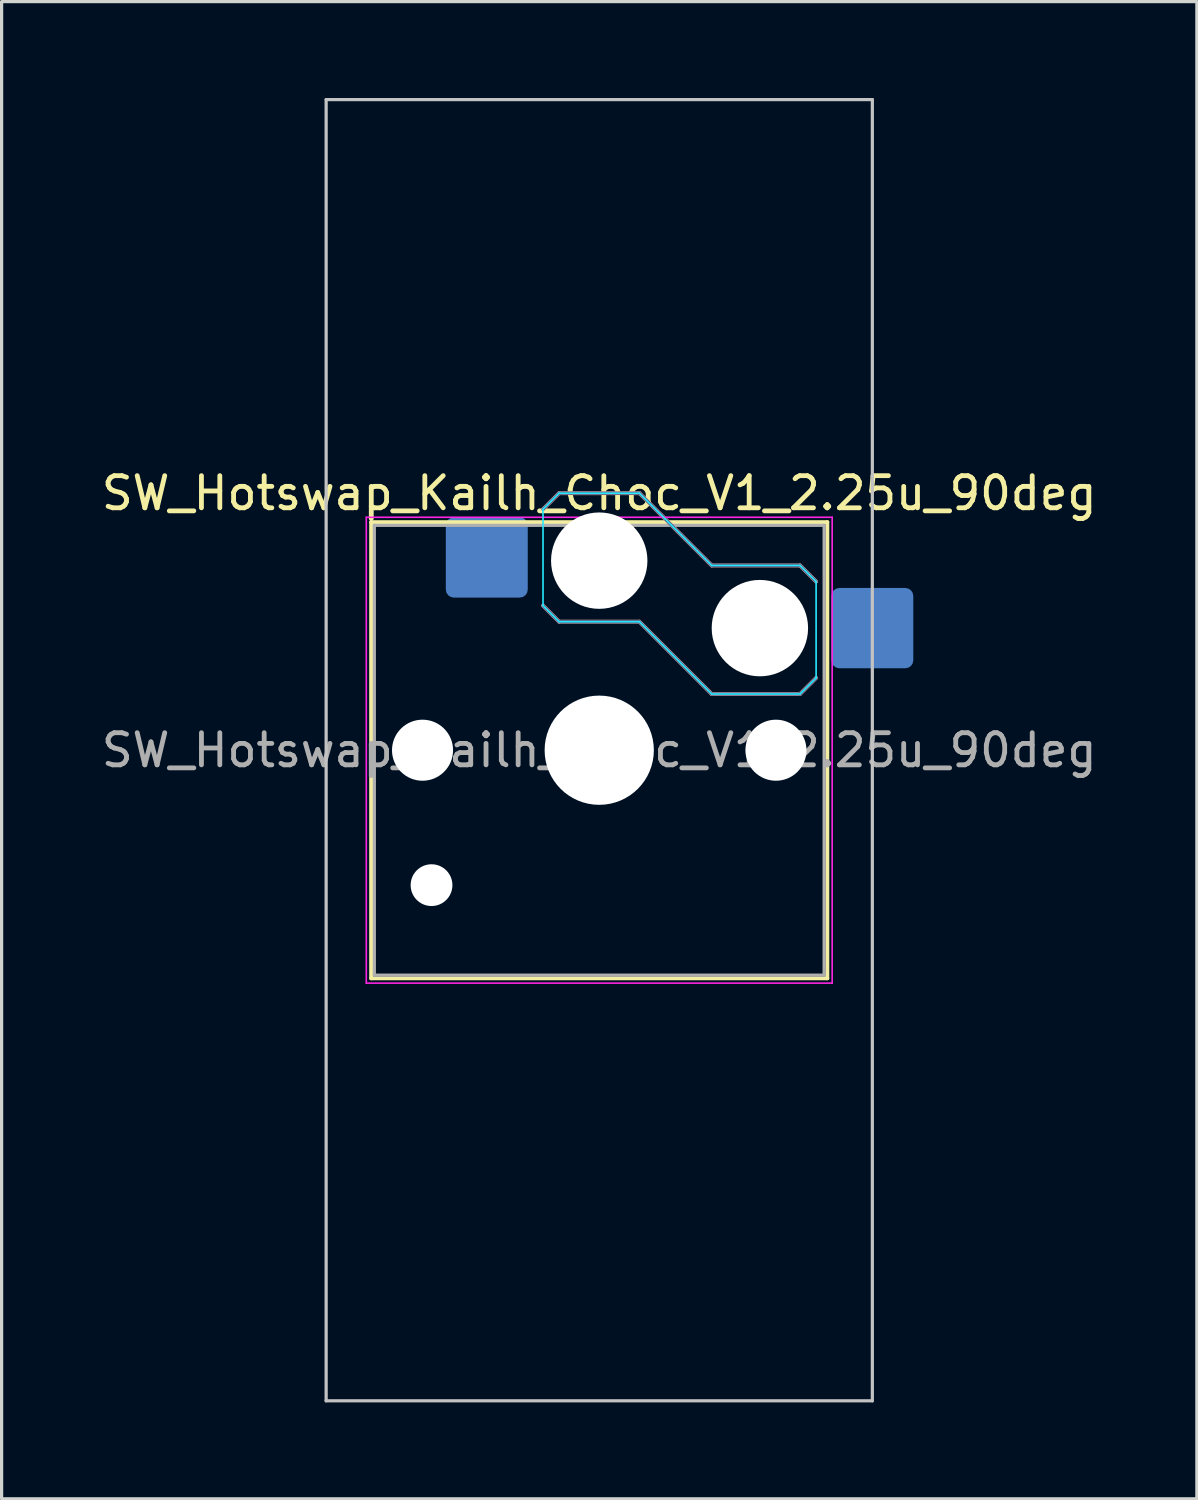
<source format=kicad_pcb>
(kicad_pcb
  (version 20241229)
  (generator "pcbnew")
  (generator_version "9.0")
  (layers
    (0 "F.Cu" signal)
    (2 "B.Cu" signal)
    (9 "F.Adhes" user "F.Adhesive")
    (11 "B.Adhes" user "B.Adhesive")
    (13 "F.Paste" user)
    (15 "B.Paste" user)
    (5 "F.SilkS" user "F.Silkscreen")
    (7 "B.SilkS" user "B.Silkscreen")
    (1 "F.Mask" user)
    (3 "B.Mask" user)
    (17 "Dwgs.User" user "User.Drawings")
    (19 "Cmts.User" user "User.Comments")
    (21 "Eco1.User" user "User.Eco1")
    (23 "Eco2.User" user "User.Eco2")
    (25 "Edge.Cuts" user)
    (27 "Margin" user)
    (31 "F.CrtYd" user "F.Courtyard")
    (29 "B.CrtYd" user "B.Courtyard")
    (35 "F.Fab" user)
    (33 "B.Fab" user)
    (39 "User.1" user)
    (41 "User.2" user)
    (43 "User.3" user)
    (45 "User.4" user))
  (footprint "SW_Hotswap_Kailh_Choc_V1_2.25u_90deg"
    (layer "F.Cu")
    (at 15.601 20.3)
    (property "Reference" "SW_Hotswap_Kailh_Choc_V1_2.25u_90deg" (at 0 -8 0) (layer "F.SilkS") (effects (font (size 1 1) (thickness 0.15))))
    (attr smd)
    (fp_line (start -7.1 -7.1) (end -7.1 7.1) (stroke (width 0.12) (type solid)) (layer "F.SilkS"))
    (fp_line (start -7.1 7.1) (end 7.1 7.1) (stroke (width 0.12) (type solid)) (layer "F.SilkS"))
    (fp_line (start 7.1 -7.1) (end -7.1 -7.1) (stroke (width 0.12) (type solid)) (layer "F.SilkS"))
    (fp_line (start 7.1 7.1) (end 7.1 -7.1) (stroke (width 0.12) (type solid)) (layer "F.SilkS"))
    (fp_line (start -1.75 -7.5) (end -1.25 -8) (stroke (width 0.12) (type solid)) (layer "B.SilkS"))
    (fp_line (start -1.25 -8) (end 1.25 -8) (stroke (width 0.12) (type solid)) (layer "B.SilkS"))
    (fp_line (start -1.25 -4) (end -1.75 -4.5) (stroke (width 0.12) (type solid)) (layer "B.SilkS"))
    (fp_line (start 1.25 -8) (end 3.5 -5.75) (stroke (width 0.12) (type solid)) (layer "B.SilkS"))
    (fp_line (start 1.25 -4) (end -1.25 -4) (stroke (width 0.12) (type solid)) (layer "B.SilkS"))
    (fp_line (start 3.5 -5.75) (end 6.25 -5.75) (stroke (width 0.12) (type solid)) (layer "B.SilkS"))
    (fp_line (start 3.5 -1.75) (end 1.25 -4) (stroke (width 0.12) (type solid)) (layer "B.SilkS"))
    (fp_line (start 6.25 -5.75) (end 6.75 -5.25) (stroke (width 0.12) (type solid)) (layer "B.SilkS"))
    (fp_line (start 6.25 -1.75) (end 3.5 -1.75) (stroke (width 0.12) (type solid)) (layer "B.SilkS"))
    (fp_line (start 6.75 -2.25) (end 6.25 -1.75) (stroke (width 0.12) (type solid)) (layer "B.SilkS"))
    (fp_line (start -8.5 -20.25) (end 8.5 -20.25) (stroke (width 0.1) (type solid)) (layer "Dwgs.User"))
    (fp_line (start -8.5 20.25) (end -8.5 -20.25) (stroke (width 0.1) (type solid)) (layer "Dwgs.User"))
    (fp_line (start 8.5 -20.25) (end 8.5 20.25) (stroke (width 0.1) (type solid)) (layer "Dwgs.User"))
    (fp_line (start 8.5 20.25) (end -8.5 20.25) (stroke (width 0.1) (type solid)) (layer "Dwgs.User"))
    (fp_line (start -1.75 -7.5) (end -1.25 -8) (stroke (width 0.05) (type solid)) (layer "B.CrtYd"))
    (fp_line (start -1.75 -4.5) (end -1.75 -7.5) (stroke (width 0.05) (type solid)) (layer "B.CrtYd"))
    (fp_line (start -1.25 -8) (end 1.25 -8) (stroke (width 0.05) (type solid)) (layer "B.CrtYd"))
    (fp_line (start -1.25 -4) (end -1.75 -4.5) (stroke (width 0.05) (type solid)) (layer "B.CrtYd"))
    (fp_line (start 1.25 -8) (end 3.5 -5.75) (stroke (width 0.05) (type solid)) (layer "B.CrtYd"))
    (fp_line (start 1.25 -4) (end -1.25 -4) (stroke (width 0.05) (type solid)) (layer "B.CrtYd"))
    (fp_line (start 3.5 -5.75) (end 6.25 -5.75) (stroke (width 0.05) (type solid)) (layer "B.CrtYd"))
    (fp_line (start 3.5 -1.75) (end 1.25 -4) (stroke (width 0.05) (type solid)) (layer "B.CrtYd"))
    (fp_line (start 6.25 -5.75) (end 6.75 -5.25) (stroke (width 0.05) (type solid)) (layer "B.CrtYd"))
    (fp_line (start 6.25 -1.75) (end 3.5 -1.75) (stroke (width 0.05) (type solid)) (layer "B.CrtYd"))
    (fp_line (start 6.75 -5.25) (end 6.75 -2.25) (stroke (width 0.05) (type solid)) (layer "B.CrtYd"))
    (fp_line (start 6.75 -2.25) (end 6.25 -1.75) (stroke (width 0.05) (type solid)) (layer "B.CrtYd"))
    (fp_line (start -7.25 -7.25) (end -7.25 7.25) (stroke (width 0.05) (type solid)) (layer "F.CrtYd"))
    (fp_line (start -7.25 7.25) (end 7.25 7.25) (stroke (width 0.05) (type solid)) (layer "F.CrtYd"))
    (fp_line (start 7.25 -7.25) (end -7.25 -7.25) (stroke (width 0.05) (type solid)) (layer "F.CrtYd"))
    (fp_line (start 7.25 7.25) (end 7.25 -7.25) (stroke (width 0.05) (type solid)) (layer "F.CrtYd"))
    (fp_line (start -1.75 -7.5) (end -1.25 -8) (stroke (width 0.1) (type solid)) (layer "B.Fab"))
    (fp_line (start -1.25 -8) (end 1.25 -8) (stroke (width 0.1) (type solid)) (layer "B.Fab"))
    (fp_line (start -1.25 -4) (end -1.75 -4.5) (stroke (width 0.1) (type solid)) (layer "B.Fab"))
    (fp_line (start 1.25 -8) (end 3.5 -5.75) (stroke (width 0.1) (type solid)) (layer "B.Fab"))
    (fp_line (start 1.25 -4) (end -1.25 -4) (stroke (width 0.1) (type solid)) (layer "B.Fab"))
    (fp_line (start 3.5 -5.75) (end 6.25 -5.75) (stroke (width 0.1) (type solid)) (layer "B.Fab"))
    (fp_line (start 3.5 -1.75) (end 1.25 -4) (stroke (width 0.1) (type solid)) (layer "B.Fab"))
    (fp_line (start 6.25 -5.75) (end 6.75 -5.25) (stroke (width 0.1) (type solid)) (layer "B.Fab"))
    (fp_line (start 6.25 -1.75) (end 3.5 -1.75) (stroke (width 0.1) (type solid)) (layer "B.Fab"))
    (fp_line (start 6.75 -2.25) (end 6.25 -1.75) (stroke (width 0.1) (type solid)) (layer "B.Fab"))
    (fp_line (start -7 -7) (end -7 7) (stroke (width 0.1) (type solid)) (layer "F.Fab"))
    (fp_line (start -7 7) (end 7 7) (stroke (width 0.1) (type solid)) (layer "F.Fab"))
    (fp_line (start 7 -7) (end -7 -7) (stroke (width 0.1) (type solid)) (layer "F.Fab"))
    (fp_line (start 7 7) (end 7 -7) (stroke (width 0.1) (type solid)) (layer "F.Fab"))
    (fp_text user "${REFERENCE}" (at 0 0 0) (layer "F.Fab") (effects (font (size 1 1) (thickness 0.15))))
    (pad "" np_thru_hole circle (at -5.5 0) (size 1.9 1.9) (drill 1.9) (layers "*.Cu" "*.Mask"))
    (pad "" np_thru_hole circle (at -5.22 4.2) (size 1.3 1.3) (drill 1.3) (layers "*.Cu" "*.Mask"))
    (pad "" np_thru_hole circle (at 0 -5.9) (size 3 3) (drill 3) (layers "*.Cu" "*.Mask"))
    (pad "" np_thru_hole circle (at 0 0) (size 3.4 3.4) (drill 3.4) (layers "*.Cu" "*.Mask"))
    (pad "" np_thru_hole circle (at 5 -3.8) (size 3 3) (drill 3) (layers "*.Cu" "*.Mask"))
    (pad "" np_thru_hole circle (at 5.5 0) (size 1.9 1.9) (drill 1.9) (layers "*.Cu" "*.Mask"))
    (pad "1" smd roundrect (at -3.5 -6) (size 2.55 2.5) (layers "B.Cu" "B.Mask" "B.Paste") (roundrect_rratio 0.1))
    (pad "2" smd roundrect (at 8.5 -3.8) (size 2.55 2.5) (layers "B.Cu" "B.Mask" "B.Paste") (roundrect_rratio 0.1)))
  (gr_rect
    (start -3 -3)
    (end 34.202 43.6)
    (stroke (width 0.1) (type default))
    (fill no)
    (layer "Edge.Cuts")))
</source>
